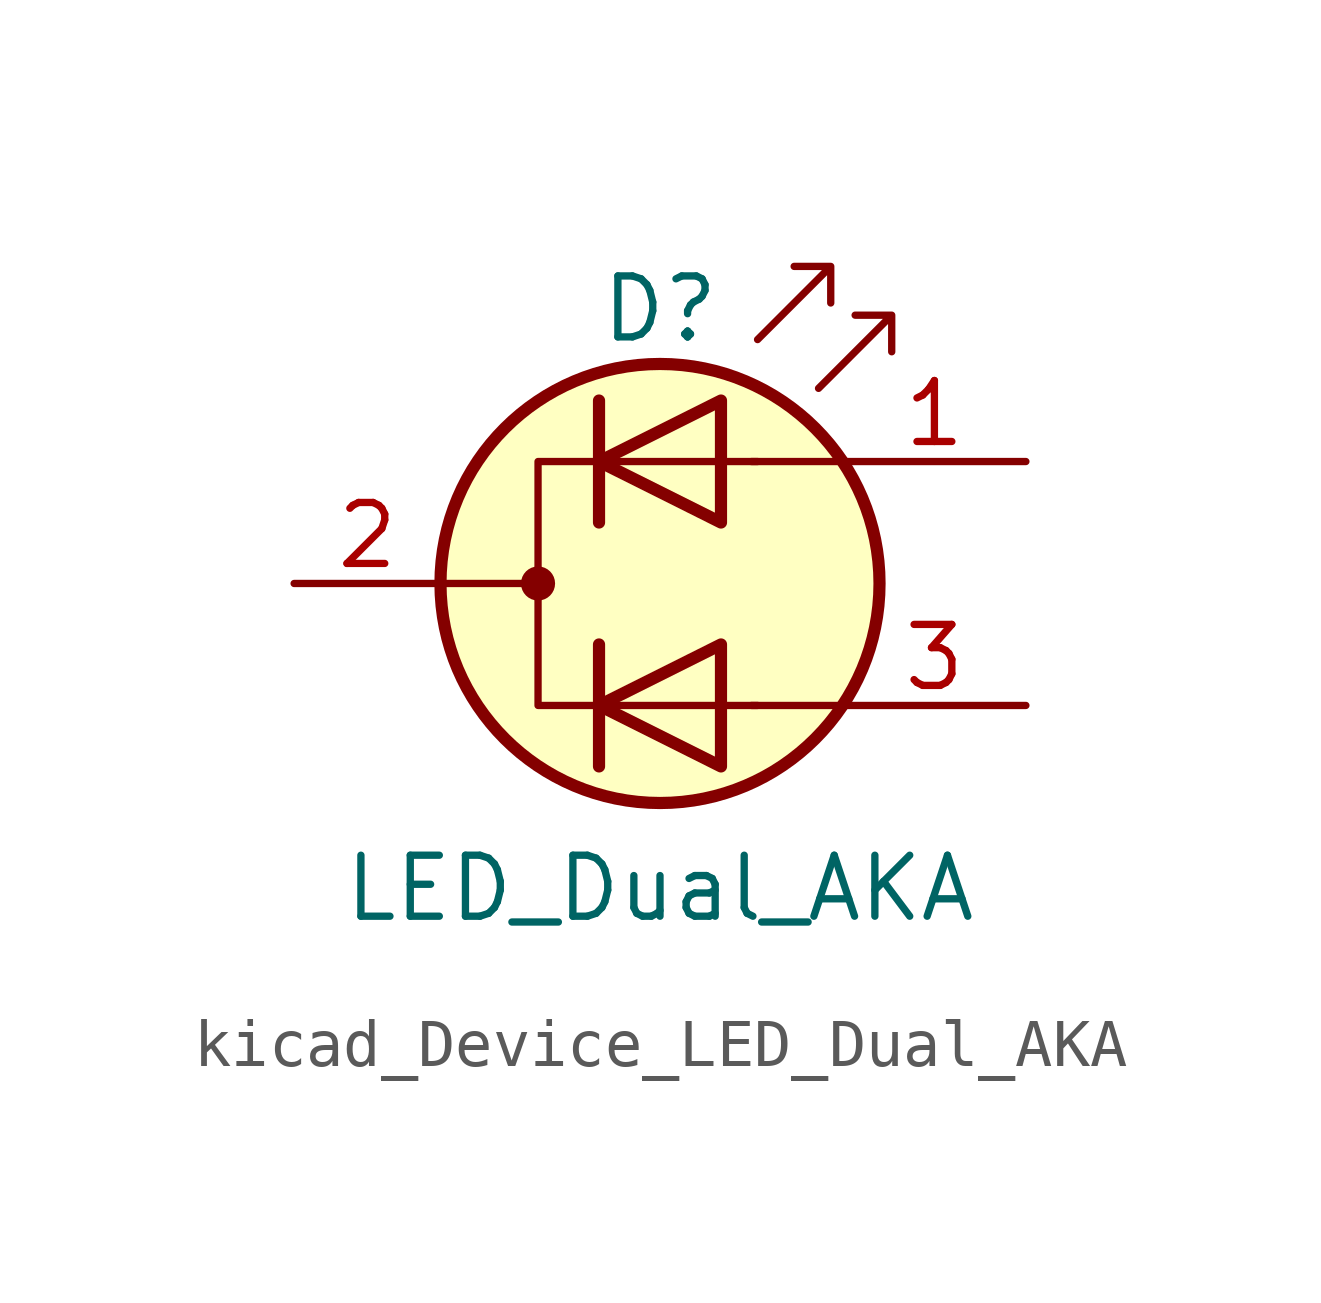
<source format=kicad_sym>
(kicad_symbol_lib
  (version 20220914)
  (generator kicad_symbol_editor)
  (symbol "kicad_Device_LED_Dual_AKA"
    (pin_names
      (offset 0) hide)
    (property "Reference" "D"
      (at 0 5.715 0)
      (effects (font (size 1.27 1.27))))
    (property "Value" "LED_Dual_AKA"
      (at 0 -6.35 0)
      (effects (font (size 1.27 1.27))))
    (symbol "kicad_Device_LED_Dual_AKA_0_1"
      (circle (center -2.54 0) (radius 0.279) (stroke (width 0) (type default)) (fill (type outline)))
      (polyline (pts (xy -4.572 0) (xy -2.54 0)) (stroke (width 0) (type default)) (fill (type none)))
      (polyline (pts (xy -1.27 -1.27) (xy -1.27 -3.81)) (stroke (width 0.254) (type default)) (fill (type none)))
      (polyline (pts (xy -1.27 1.27) (xy -1.27 3.81)) (stroke (width 0.254) (type default)) (fill (type none)))
      (polyline (pts (xy 3.81 -2.54) (xy 1.905 -2.54)) (stroke (width 0) (type default)) (fill (type none)))
      (polyline (pts (xy 3.81 2.54) (xy 1.905 2.54)) (stroke (width 0) (type default)) (fill (type none)))
      (polyline (pts (xy 1.27 -3.81) (xy 1.27 -1.27) (xy -1.27 -2.54) (xy 1.27 -3.81)) (stroke (width 0.254) (type default)) (fill (type none)))
      (polyline (pts (xy 1.27 1.27) (xy 1.27 3.81) (xy -1.27 2.54) (xy 1.27 1.27)) (stroke (width 0.254) (type default)) (fill (type none)))
      (polyline (pts (xy 2.032 2.54) (xy -2.54 2.54) (xy -2.54 -2.54) (xy 2.032 -2.54)) (stroke (width 0) (type default)) (fill (type none)))
      (polyline (pts (xy 2.032 5.08) (xy 3.556 6.604) (xy 2.794 6.604) (xy 3.556 6.604) (xy 3.556 5.842)) (stroke (width 0) (type default)) (fill (type none)))
      (polyline (pts (xy 3.302 4.064) (xy 4.826 5.588) (xy 4.064 5.588) (xy 4.826 5.588) (xy 4.826 4.826)) (stroke (width 0) (type default)) (fill (type none)))
      (circle (center 0 0) (radius 4.572) (stroke (width 0.254) (type default)) (fill (type background))))
    (symbol "kicad_Device_LED_Dual_AKA_1_1"
      (pin input line (at 7.62 2.54 180) (length 3.81) (name "A1" (effects (font (size 1.27 1.27)))) (number "1" (effects (font (size 1.27 1.27)))))
      (pin input line (at -7.62 0 0) (length 3.048) (name "K" (effects (font (size 1.27 1.27)))) (number "2" (effects (font (size 1.27 1.27)))))
      (pin input line (at 7.62 -2.54 180) (length 3.81) (name "A2" (effects (font (size 1.27 1.27)))) (number "3" (effects (font (size 1.27 1.27))))))))
</source>
